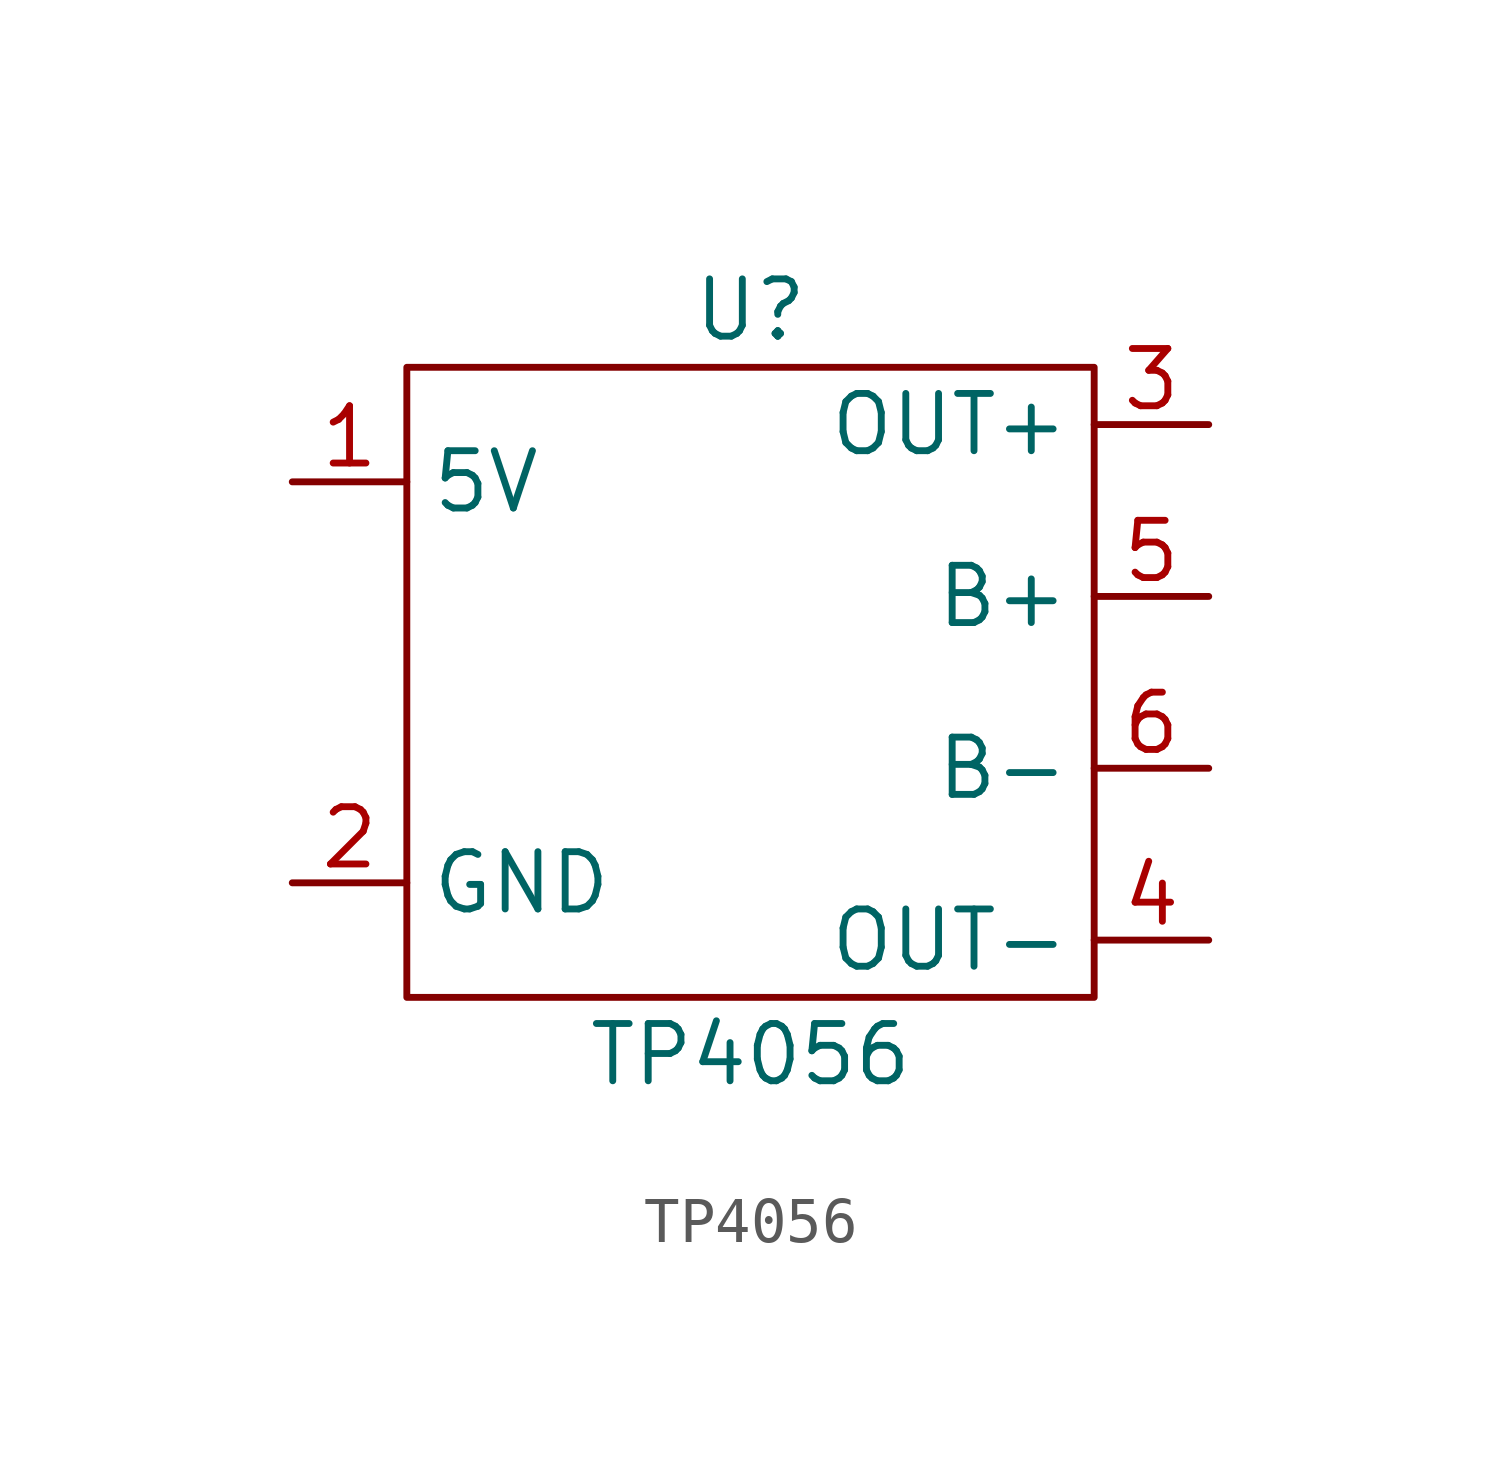
<source format=kicad_sym>
(kicad_symbol_lib
  (version 20211014)
  (generator kicad_symbol_editor)
  (symbol "TP4056"
    (property "Reference" "U"
      (at 0 8.89 0)
      (effects (font (size 1.27 1.27))))
    (property "Value" "TP4056"
      (at 0 -7.62 0)
      (effects (font (size 1.27 1.27))))
    (symbol "TP4056_0_1"
      (rectangle (start -7.62 7.62) (end 7.62 -6.35) (stroke (width 0) (type default) (color 0 0 0 0)) (fill (type none))))
    (symbol "TP4056_1_1"
      (pin power_in line (at -10.16 5.08 0) (length 2.54) (name "5V" (effects (font (size 1.27 1.27)))) (number "1" (effects (font (size 1.27 1.27)))))
      (pin power_in line (at -10.16 -3.81 0) (length 2.54) (name "GND" (effects (font (size 1.27 1.27)))) (number "2" (effects (font (size 1.27 1.27)))))
      (pin power_out line (at 10.16 6.35 180) (length 2.54) (name "OUT+" (effects (font (size 1.27 1.27)))) (number "3" (effects (font (size 1.27 1.27)))))
      (pin power_out line (at 10.16 -5.08 180) (length 2.54) (name "OUT-" (effects (font (size 1.27 1.27)))) (number "4" (effects (font (size 1.27 1.27)))))
      (pin power_in line (at 10.16 2.54 180) (length 2.54) (name "B+" (effects (font (size 1.27 1.27)))) (number "5" (effects (font (size 1.27 1.27)))))
      (pin power_in line (at 10.16 -1.27 180) (length 2.54) (name "B-" (effects (font (size 1.27 1.27)))) (number "6" (effects (font (size 1.27 1.27))))))))
</source>
